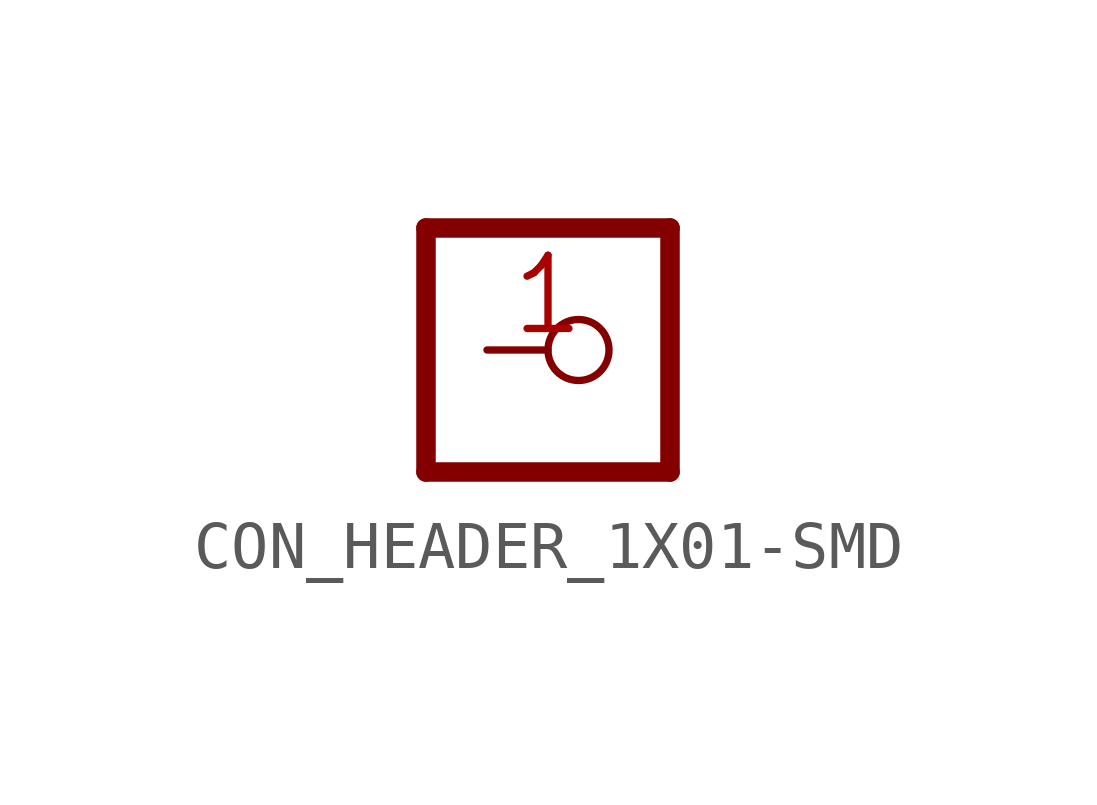
<source format=kicad_sym>
(kicad_symbol_lib
  (version 20241209)
  (generator "kicad_symbol_editor")
  (generator_version "9.0")
  (symbol "CON_HEADER_1X01-SMD"
    (property "Reference" "J"
      (at 0 0 0)
      (effects (font (size 1.27 1.27)) (hide yes)))
    (property "ki_locked" ""
      (at 0 0 0)
      (effects (font (size 1.27 1.27))))
    (symbol "CON_HEADER_1X01-SMD_1_0"
      (polyline (pts (xy -1.27 2.54) (xy 3.81 2.54)) (stroke (width 0.406) (type solid)) (fill (type none)))
      (polyline (pts (xy -1.27 -2.54) (xy -1.27 2.54)) (stroke (width 0.406) (type solid)) (fill (type none)))
      (polyline (pts (xy 3.81 2.54) (xy 3.81 -2.54)) (stroke (width 0.406) (type solid)) (fill (type none)))
      (polyline (pts (xy 3.81 -2.54) (xy -1.27 -2.54)) (stroke (width 0.406) (type solid)) (fill (type none)))
      (pin passive inverted (at 0 0 0) (length 2.54) (name "1" (effects (font (size 0 0)))) (number "1" (effects (font (size 1.524 1.524))))))))
</source>
